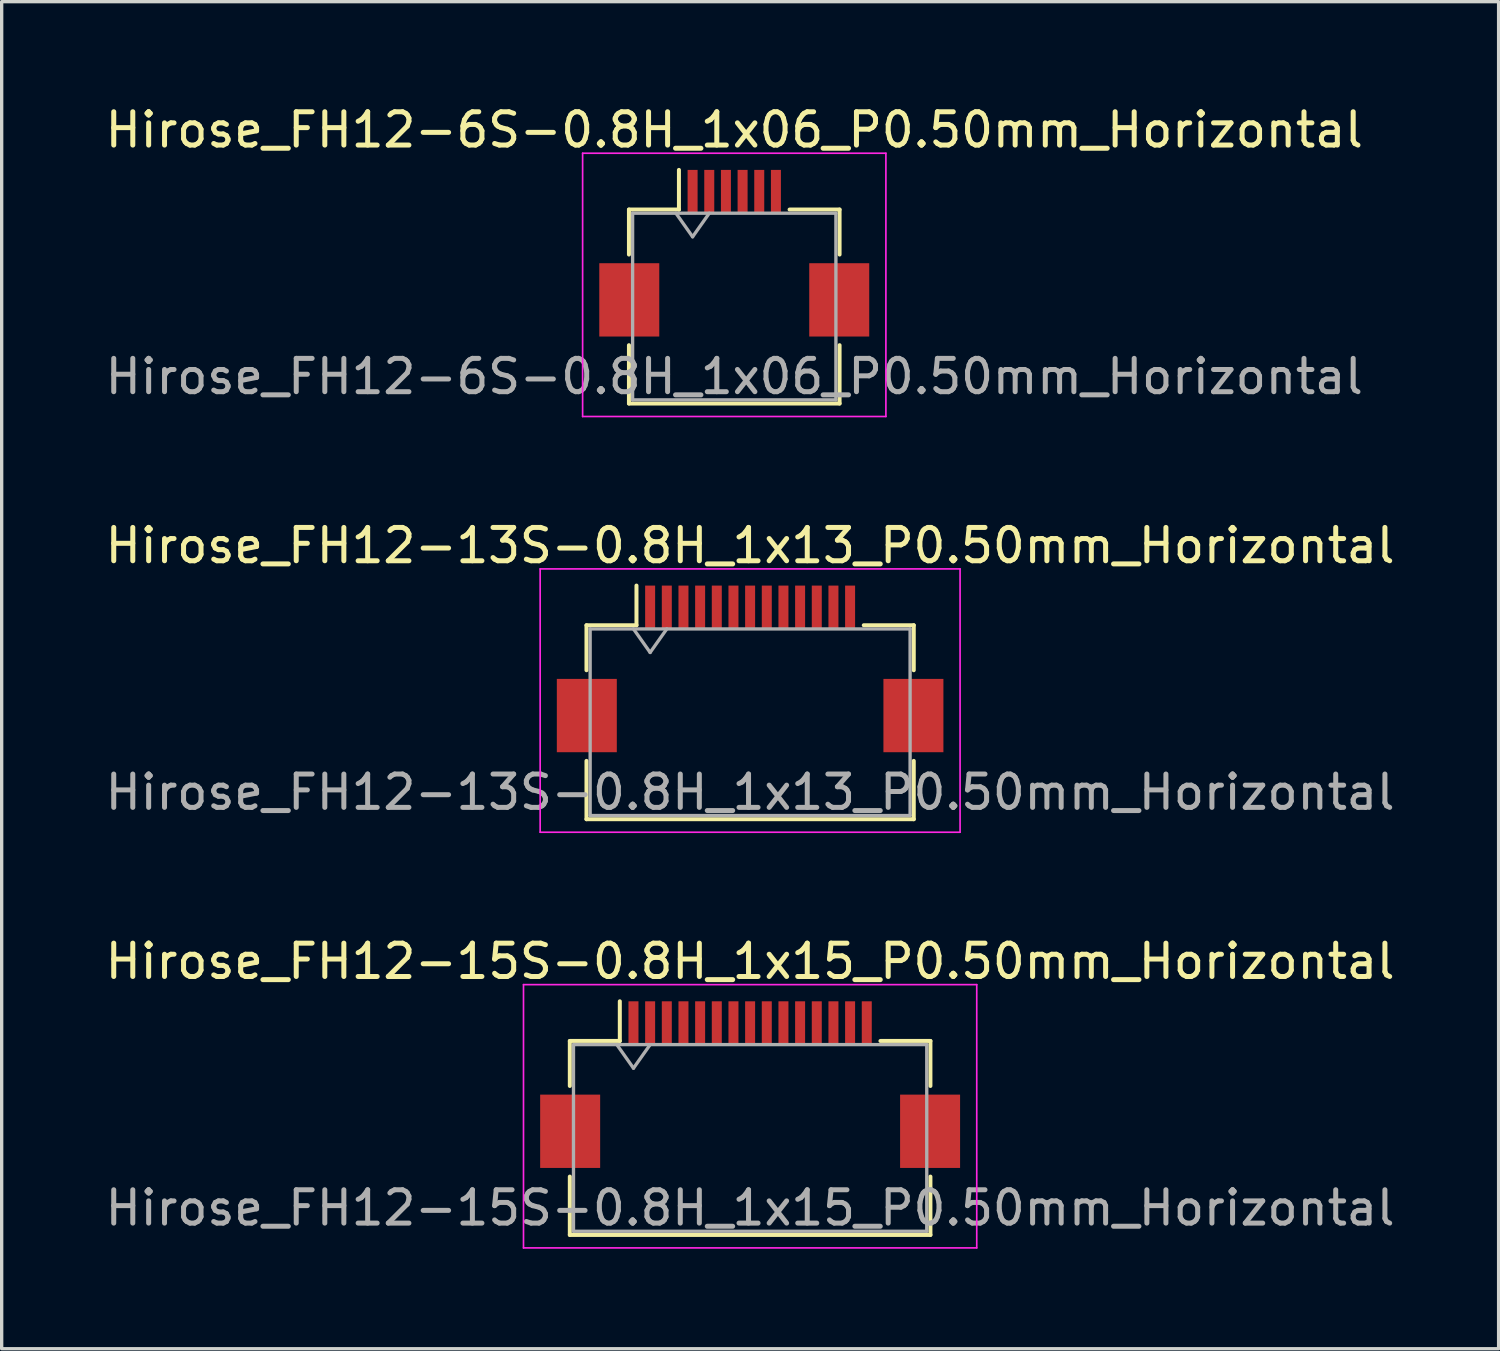
<source format=kicad_pcb>
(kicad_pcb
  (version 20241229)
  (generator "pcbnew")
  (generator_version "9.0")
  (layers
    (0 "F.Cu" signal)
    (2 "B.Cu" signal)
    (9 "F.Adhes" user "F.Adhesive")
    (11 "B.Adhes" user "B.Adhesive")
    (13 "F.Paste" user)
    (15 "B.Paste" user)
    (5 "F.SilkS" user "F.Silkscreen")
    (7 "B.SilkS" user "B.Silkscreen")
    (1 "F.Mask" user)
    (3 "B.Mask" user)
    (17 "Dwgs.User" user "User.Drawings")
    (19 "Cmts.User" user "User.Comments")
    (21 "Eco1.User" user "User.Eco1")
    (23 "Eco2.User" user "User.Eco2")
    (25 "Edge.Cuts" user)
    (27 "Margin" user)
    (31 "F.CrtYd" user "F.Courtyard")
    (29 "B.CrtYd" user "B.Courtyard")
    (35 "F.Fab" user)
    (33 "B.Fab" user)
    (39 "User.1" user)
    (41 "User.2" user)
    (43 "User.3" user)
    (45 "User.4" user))
  (footprint "Hirose_FH12-15S-0.8H_1x15_P0.50mm_Horizontal"
    (layer "F.Cu")
    (at 19.458 29.495)
    (property "Reference" "Hirose_FH12-15S-0.8H_1x15_P0.50mm_Horizontal" (at 0 -3.7 0) (layer "F.SilkS") (effects (font (size 1 1) (thickness 0.15))))
    (attr smd)
    (fp_line (start -5.41 -1.31) (end -3.91 -1.31) (stroke (width 0.12) (type solid)) (layer "F.SilkS"))
    (fp_line (start -5.41 0.04) (end -5.41 -1.31) (stroke (width 0.12) (type solid)) (layer "F.SilkS"))
    (fp_line (start -5.41 2.76) (end -5.41 4.51) (stroke (width 0.12) (type solid)) (layer "F.SilkS"))
    (fp_line (start -5.41 4.51) (end 5.41 4.51) (stroke (width 0.12) (type solid)) (layer "F.SilkS"))
    (fp_line (start -3.91 -1.31) (end -3.91 -2.5) (stroke (width 0.12) (type solid)) (layer "F.SilkS"))
    (fp_line (start 5.41 -1.31) (end 3.91 -1.31) (stroke (width 0.12) (type solid)) (layer "F.SilkS"))
    (fp_line (start 5.41 0.04) (end 5.41 -1.31) (stroke (width 0.12) (type solid)) (layer "F.SilkS"))
    (fp_line (start 5.41 4.51) (end 5.41 2.76) (stroke (width 0.12) (type solid)) (layer "F.SilkS"))
    (fp_line (start -6.8 -3) (end -6.8 4.9) (stroke (width 0.05) (type solid)) (layer "F.CrtYd"))
    (fp_line (start -6.8 4.9) (end 6.8 4.9) (stroke (width 0.05) (type solid)) (layer "F.CrtYd"))
    (fp_line (start 6.8 -3) (end -6.8 -3) (stroke (width 0.05) (type solid)) (layer "F.CrtYd"))
    (fp_line (start 6.8 4.9) (end 6.8 -3) (stroke (width 0.05) (type solid)) (layer "F.CrtYd"))
    (fp_line (start -5.3 -1.2) (end -5.3 4.4) (stroke (width 0.1) (type solid)) (layer "F.Fab"))
    (fp_line (start -5.3 -1.2) (end 5.3 -1.2) (stroke (width 0.1) (type solid)) (layer "F.Fab"))
    (fp_line (start -5.3 4.4) (end 5.3 4.4) (stroke (width 0.1) (type solid)) (layer "F.Fab"))
    (fp_line (start -4 -1.2) (end -3.5 -0.493) (stroke (width 0.1) (type solid)) (layer "F.Fab"))
    (fp_line (start -3.5 -0.493) (end -3 -1.2) (stroke (width 0.1) (type solid)) (layer "F.Fab"))
    (fp_line (start 5.3 -1.2) (end 5.3 4.4) (stroke (width 0.1) (type solid)) (layer "F.Fab"))
    (fp_text user "${REFERENCE}" (at 0 3.7 0) (layer "F.Fab") (effects (font (size 1 1) (thickness 0.15))))
    (pad "" smd rect (at -5.4 1.4) (size 1.8 2.2) (layers "F.Cu" "F.Mask" "F.Paste"))
    (pad "" smd rect (at 5.4 1.4) (size 1.8 2.2) (layers "F.Cu" "F.Mask" "F.Paste"))
    (pad "1" smd rect (at -3.5 -1.85) (size 0.3 1.3) (layers "F.Cu" "F.Mask" "F.Paste"))
    (pad "2" smd rect (at -3 -1.85) (size 0.3 1.3) (layers "F.Cu" "F.Mask" "F.Paste"))
    (pad "3" smd rect (at -2.5 -1.85) (size 0.3 1.3) (layers "F.Cu" "F.Mask" "F.Paste"))
    (pad "4" smd rect (at -2 -1.85) (size 0.3 1.3) (layers "F.Cu" "F.Mask" "F.Paste"))
    (pad "5" smd rect (at -1.5 -1.85) (size 0.3 1.3) (layers "F.Cu" "F.Mask" "F.Paste"))
    (pad "6" smd rect (at -1 -1.85) (size 0.3 1.3) (layers "F.Cu" "F.Mask" "F.Paste"))
    (pad "7" smd rect (at -0.5 -1.85) (size 0.3 1.3) (layers "F.Cu" "F.Mask" "F.Paste"))
    (pad "8" smd rect (at 0 -1.85) (size 0.3 1.3) (layers "F.Cu" "F.Mask" "F.Paste"))
    (pad "9" smd rect (at 0.5 -1.85) (size 0.3 1.3) (layers "F.Cu" "F.Mask" "F.Paste"))
    (pad "10" smd rect (at 1 -1.85) (size 0.3 1.3) (layers "F.Cu" "F.Mask" "F.Paste"))
    (pad "11" smd rect (at 1.5 -1.85) (size 0.3 1.3) (layers "F.Cu" "F.Mask" "F.Paste"))
    (pad "12" smd rect (at 2 -1.85) (size 0.3 1.3) (layers "F.Cu" "F.Mask" "F.Paste"))
    (pad "13" smd rect (at 2.5 -1.85) (size 0.3 1.3) (layers "F.Cu" "F.Mask" "F.Paste"))
    (pad "14" smd rect (at 3 -1.85) (size 0.3 1.3) (layers "F.Cu" "F.Mask" "F.Paste"))
    (pad "15" smd rect (at 3.5 -1.85) (size 0.3 1.3) (layers "F.Cu" "F.Mask" "F.Paste")))
  (footprint "Hirose_FH12-13S-0.8H_1x13_P0.50mm_Horizontal"
    (layer "F.Cu")
    (at 19.458 17.021)
    (property "Reference" "Hirose_FH12-13S-0.8H_1x13_P0.50mm_Horizontal" (at 0 -3.7 0) (layer "F.SilkS") (effects (font (size 1 1) (thickness 0.15))))
    (attr smd)
    (fp_line (start -4.91 -1.31) (end -3.41 -1.31) (stroke (width 0.12) (type solid)) (layer "F.SilkS"))
    (fp_line (start -4.91 0.04) (end -4.91 -1.31) (stroke (width 0.12) (type solid)) (layer "F.SilkS"))
    (fp_line (start -4.91 2.76) (end -4.91 4.51) (stroke (width 0.12) (type solid)) (layer "F.SilkS"))
    (fp_line (start -4.91 4.51) (end 4.91 4.51) (stroke (width 0.12) (type solid)) (layer "F.SilkS"))
    (fp_line (start -3.41 -1.31) (end -3.41 -2.5) (stroke (width 0.12) (type solid)) (layer "F.SilkS"))
    (fp_line (start 4.91 -1.31) (end 3.41 -1.31) (stroke (width 0.12) (type solid)) (layer "F.SilkS"))
    (fp_line (start 4.91 0.04) (end 4.91 -1.31) (stroke (width 0.12) (type solid)) (layer "F.SilkS"))
    (fp_line (start 4.91 4.51) (end 4.91 2.76) (stroke (width 0.12) (type solid)) (layer "F.SilkS"))
    (fp_line (start -6.3 -3) (end -6.3 4.9) (stroke (width 0.05) (type solid)) (layer "F.CrtYd"))
    (fp_line (start -6.3 4.9) (end 6.3 4.9) (stroke (width 0.05) (type solid)) (layer "F.CrtYd"))
    (fp_line (start 6.3 -3) (end -6.3 -3) (stroke (width 0.05) (type solid)) (layer "F.CrtYd"))
    (fp_line (start 6.3 4.9) (end 6.3 -3) (stroke (width 0.05) (type solid)) (layer "F.CrtYd"))
    (fp_line (start -4.8 -1.2) (end -4.8 4.4) (stroke (width 0.1) (type solid)) (layer "F.Fab"))
    (fp_line (start -4.8 -1.2) (end 4.8 -1.2) (stroke (width 0.1) (type solid)) (layer "F.Fab"))
    (fp_line (start -4.8 4.4) (end 4.8 4.4) (stroke (width 0.1) (type solid)) (layer "F.Fab"))
    (fp_line (start -3.5 -1.2) (end -3 -0.493) (stroke (width 0.1) (type solid)) (layer "F.Fab"))
    (fp_line (start -3 -0.493) (end -2.5 -1.2) (stroke (width 0.1) (type solid)) (layer "F.Fab"))
    (fp_line (start 4.8 -1.2) (end 4.8 4.4) (stroke (width 0.1) (type solid)) (layer "F.Fab"))
    (fp_text user "${REFERENCE}" (at 0 3.7 0) (layer "F.Fab") (effects (font (size 1 1) (thickness 0.15))))
    (pad "" smd rect (at -4.9 1.4) (size 1.8 2.2) (layers "F.Cu" "F.Mask" "F.Paste"))
    (pad "" smd rect (at 4.9 1.4) (size 1.8 2.2) (layers "F.Cu" "F.Mask" "F.Paste"))
    (pad "1" smd rect (at -3 -1.85) (size 0.3 1.3) (layers "F.Cu" "F.Mask" "F.Paste"))
    (pad "2" smd rect (at -2.5 -1.85) (size 0.3 1.3) (layers "F.Cu" "F.Mask" "F.Paste"))
    (pad "3" smd rect (at -2 -1.85) (size 0.3 1.3) (layers "F.Cu" "F.Mask" "F.Paste"))
    (pad "4" smd rect (at -1.5 -1.85) (size 0.3 1.3) (layers "F.Cu" "F.Mask" "F.Paste"))
    (pad "5" smd rect (at -1 -1.85) (size 0.3 1.3) (layers "F.Cu" "F.Mask" "F.Paste"))
    (pad "6" smd rect (at -0.5 -1.85) (size 0.3 1.3) (layers "F.Cu" "F.Mask" "F.Paste"))
    (pad "7" smd rect (at 0 -1.85) (size 0.3 1.3) (layers "F.Cu" "F.Mask" "F.Paste"))
    (pad "8" smd rect (at 0.5 -1.85) (size 0.3 1.3) (layers "F.Cu" "F.Mask" "F.Paste"))
    (pad "9" smd rect (at 1 -1.85) (size 0.3 1.3) (layers "F.Cu" "F.Mask" "F.Paste"))
    (pad "10" smd rect (at 1.5 -1.85) (size 0.3 1.3) (layers "F.Cu" "F.Mask" "F.Paste"))
    (pad "11" smd rect (at 2 -1.85) (size 0.3 1.3) (layers "F.Cu" "F.Mask" "F.Paste"))
    (pad "12" smd rect (at 2.5 -1.85) (size 0.3 1.3) (layers "F.Cu" "F.Mask" "F.Paste"))
    (pad "13" smd rect (at 3 -1.85) (size 0.3 1.3) (layers "F.Cu" "F.Mask" "F.Paste")))
  (footprint "Hirose_FH12-6S-0.8H_1x06_P0.50mm_Horizontal"
    (layer "F.Cu")
    (at 18.982 4.548)
    (property "Reference" "Hirose_FH12-6S-0.8H_1x06_P0.50mm_Horizontal" (at 0 -3.7 0) (layer "F.SilkS") (effects (font (size 1 1) (thickness 0.15))))
    (attr smd)
    (fp_line (start -3.16 -1.31) (end -1.66 -1.31) (stroke (width 0.12) (type solid)) (layer "F.SilkS"))
    (fp_line (start -3.16 0.04) (end -3.16 -1.31) (stroke (width 0.12) (type solid)) (layer "F.SilkS"))
    (fp_line (start -3.16 2.76) (end -3.16 4.51) (stroke (width 0.12) (type solid)) (layer "F.SilkS"))
    (fp_line (start -3.16 4.51) (end 3.16 4.51) (stroke (width 0.12) (type solid)) (layer "F.SilkS"))
    (fp_line (start -1.66 -1.31) (end -1.66 -2.5) (stroke (width 0.12) (type solid)) (layer "F.SilkS"))
    (fp_line (start 3.16 -1.31) (end 1.66 -1.31) (stroke (width 0.12) (type solid)) (layer "F.SilkS"))
    (fp_line (start 3.16 0.04) (end 3.16 -1.31) (stroke (width 0.12) (type solid)) (layer "F.SilkS"))
    (fp_line (start 3.16 4.51) (end 3.16 2.76) (stroke (width 0.12) (type solid)) (layer "F.SilkS"))
    (fp_line (start -4.55 -3) (end -4.55 4.9) (stroke (width 0.05) (type solid)) (layer "F.CrtYd"))
    (fp_line (start -4.55 4.9) (end 4.55 4.9) (stroke (width 0.05) (type solid)) (layer "F.CrtYd"))
    (fp_line (start 4.55 -3) (end -4.55 -3) (stroke (width 0.05) (type solid)) (layer "F.CrtYd"))
    (fp_line (start 4.55 4.9) (end 4.55 -3) (stroke (width 0.05) (type solid)) (layer "F.CrtYd"))
    (fp_line (start -3.05 -1.2) (end -3.05 4.4) (stroke (width 0.1) (type solid)) (layer "F.Fab"))
    (fp_line (start -3.05 -1.2) (end 3.05 -1.2) (stroke (width 0.1) (type solid)) (layer "F.Fab"))
    (fp_line (start -3.05 4.4) (end 3.05 4.4) (stroke (width 0.1) (type solid)) (layer "F.Fab"))
    (fp_line (start -1.75 -1.2) (end -1.25 -0.493) (stroke (width 0.1) (type solid)) (layer "F.Fab"))
    (fp_line (start -1.25 -0.493) (end -0.75 -1.2) (stroke (width 0.1) (type solid)) (layer "F.Fab"))
    (fp_line (start 3.05 -1.2) (end 3.05 4.4) (stroke (width 0.1) (type solid)) (layer "F.Fab"))
    (fp_text user "${REFERENCE}" (at 0 3.7 0) (layer "F.Fab") (effects (font (size 1 1) (thickness 0.15))))
    (pad "" smd rect (at -3.15 1.4) (size 1.8 2.2) (layers "F.Cu" "F.Mask" "F.Paste"))
    (pad "" smd rect (at 3.15 1.4) (size 1.8 2.2) (layers "F.Cu" "F.Mask" "F.Paste"))
    (pad "1" smd rect (at -1.25 -1.85) (size 0.3 1.3) (layers "F.Cu" "F.Mask" "F.Paste"))
    (pad "2" smd rect (at -0.75 -1.85) (size 0.3 1.3) (layers "F.Cu" "F.Mask" "F.Paste"))
    (pad "3" smd rect (at -0.25 -1.85) (size 0.3 1.3) (layers "F.Cu" "F.Mask" "F.Paste"))
    (pad "4" smd rect (at 0.25 -1.85) (size 0.3 1.3) (layers "F.Cu" "F.Mask" "F.Paste"))
    (pad "5" smd rect (at 0.75 -1.85) (size 0.3 1.3) (layers "F.Cu" "F.Mask" "F.Paste"))
    (pad "6" smd rect (at 1.25 -1.85) (size 0.3 1.3) (layers "F.Cu" "F.Mask" "F.Paste")))
  (gr_rect
    (start -3 -3)
    (end 41.917 37.42)
    (stroke (width 0.1) (type default))
    (fill no)
    (layer "Edge.Cuts")))
</source>
